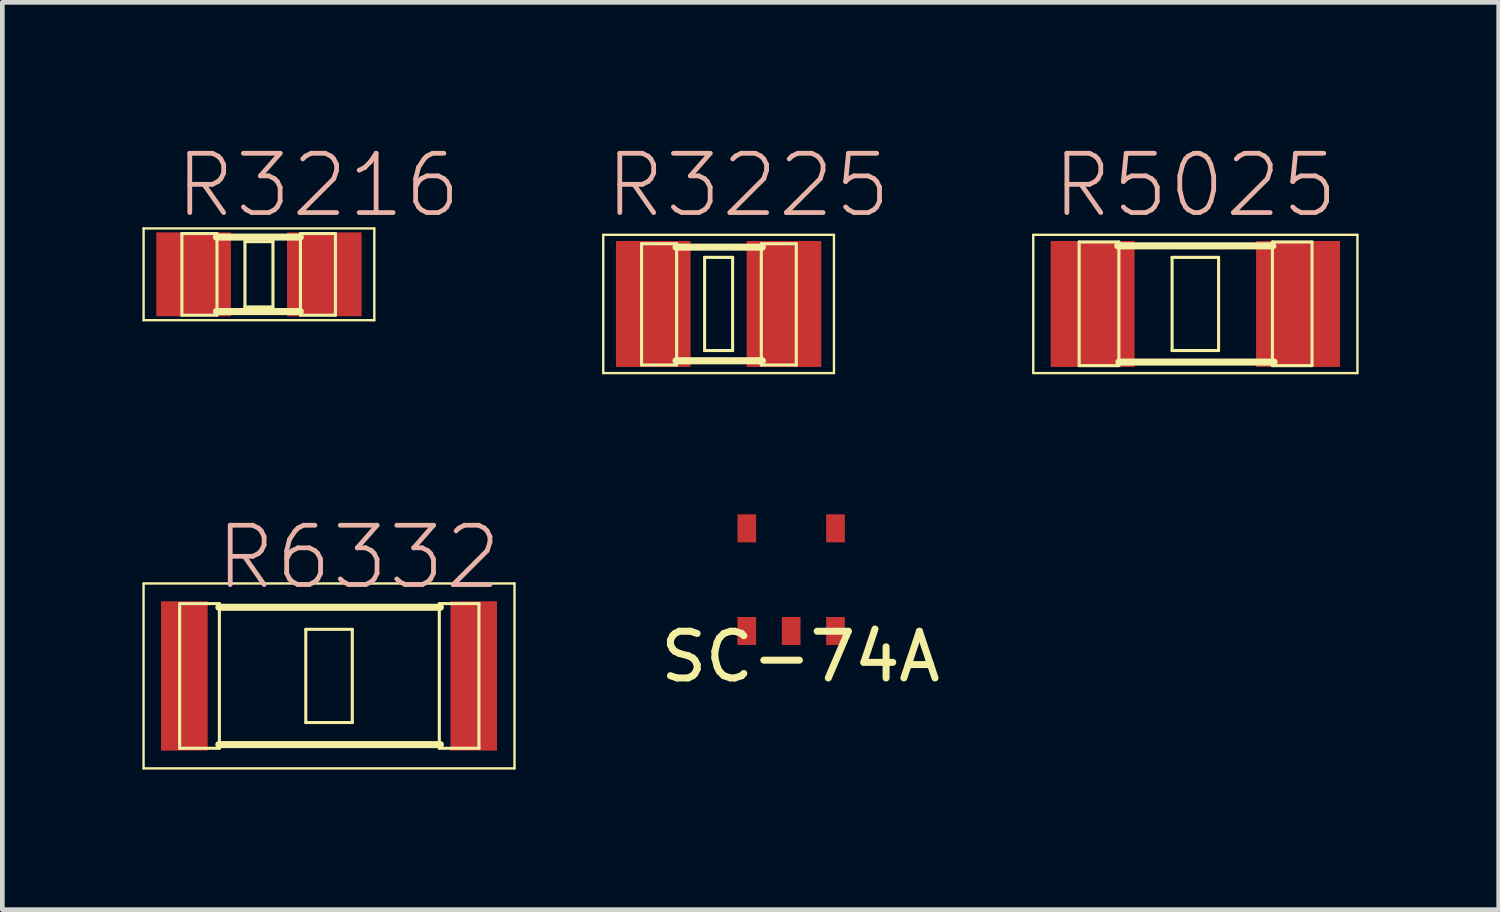
<source format=kicad_pcb>
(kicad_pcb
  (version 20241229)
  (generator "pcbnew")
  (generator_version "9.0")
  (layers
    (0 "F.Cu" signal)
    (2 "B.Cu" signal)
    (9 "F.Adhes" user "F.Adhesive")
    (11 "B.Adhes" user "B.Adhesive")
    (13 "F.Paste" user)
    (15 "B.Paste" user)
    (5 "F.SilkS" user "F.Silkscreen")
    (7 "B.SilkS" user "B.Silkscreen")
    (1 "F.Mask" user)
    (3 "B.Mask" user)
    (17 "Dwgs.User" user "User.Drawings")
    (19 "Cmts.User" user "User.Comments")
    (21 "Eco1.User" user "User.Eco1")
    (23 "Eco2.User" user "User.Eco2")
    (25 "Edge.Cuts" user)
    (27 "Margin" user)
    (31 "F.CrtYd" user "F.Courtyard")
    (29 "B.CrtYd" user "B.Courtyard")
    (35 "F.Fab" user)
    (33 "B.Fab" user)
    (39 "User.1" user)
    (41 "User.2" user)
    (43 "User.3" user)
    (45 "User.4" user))
  (footprint "R6332"
    (layer "F.Cu")
    (at 3.998 11.429)
    (property "Reference" "R6332" (at 0.635 -2.54 0) (layer "B.SilkS") (effects (font (size 1.27 1.27) (thickness 0.102))))
    (attr smd)
    (fp_line (start -3.973 -1.981) (end 3.973 -1.981) (stroke (width 0.051) (type solid)) (layer "F.SilkS"))
    (fp_line (start -3.973 1.981) (end -3.973 -1.981) (stroke (width 0.051) (type solid)) (layer "F.SilkS"))
    (fp_line (start -3.2 -1.549) (end -2.349 -1.549) (stroke (width 0.066) (type solid)) (layer "F.SilkS"))
    (fp_line (start -3.2 1.549) (end -3.2 -1.549) (stroke (width 0.066) (type solid)) (layer "F.SilkS"))
    (fp_line (start -3.2 1.549) (end -2.349 1.549) (stroke (width 0.066) (type solid)) (layer "F.SilkS"))
    (fp_line (start -2.36 -1.471) (end 2.385 -1.471) (stroke (width 0.152) (type solid)) (layer "F.SilkS"))
    (fp_line (start -2.36 1.471) (end 2.385 1.471) (stroke (width 0.152) (type solid)) (layer "F.SilkS"))
    (fp_line (start -2.349 1.549) (end -2.349 -1.549) (stroke (width 0.066) (type solid)) (layer "F.SilkS"))
    (fp_line (start -0.498 -0.998) (end 0.498 -0.998) (stroke (width 0.066) (type solid)) (layer "F.SilkS"))
    (fp_line (start -0.498 0.998) (end -0.498 -0.998) (stroke (width 0.066) (type solid)) (layer "F.SilkS"))
    (fp_line (start -0.498 0.998) (end 0.498 0.998) (stroke (width 0.066) (type solid)) (layer "F.SilkS"))
    (fp_line (start 0.498 0.998) (end 0.498 -0.998) (stroke (width 0.066) (type solid)) (layer "F.SilkS"))
    (fp_line (start 2.362 -1.549) (end 3.211 -1.549) (stroke (width 0.066) (type solid)) (layer "F.SilkS"))
    (fp_line (start 2.362 1.549) (end 2.362 -1.549) (stroke (width 0.066) (type solid)) (layer "F.SilkS"))
    (fp_line (start 2.362 1.549) (end 3.211 1.549) (stroke (width 0.066) (type solid)) (layer "F.SilkS"))
    (fp_line (start 3.211 1.549) (end 3.211 -1.549) (stroke (width 0.066) (type solid)) (layer "F.SilkS"))
    (fp_line (start 3.973 -1.981) (end 3.973 1.981) (stroke (width 0.051) (type solid)) (layer "F.SilkS"))
    (fp_line (start 3.973 1.981) (end -3.973 1.981) (stroke (width 0.051) (type solid)) (layer "F.SilkS"))
    (pad "1" smd rect (at -3.099 0) (size 0.998 3.198) (layers "F.Cu" "F.Mask" "F.Paste"))
    (pad "2" smd rect (at 3.099 0) (size 0.998 3.198) (layers "F.Cu" "F.Mask" "F.Paste")))
  (footprint "R5025"
    (layer "F.Cu")
    (at 22.555 3.461)
    (property "Reference" "R5025" (at 0 -2.54 0) (layer "B.SilkS") (effects (font (size 1.27 1.27) (thickness 0.102))))
    (attr smd)
    (fp_line (start -3.472 -1.481) (end 3.472 -1.481) (stroke (width 0.051) (type solid)) (layer "F.SilkS"))
    (fp_line (start -3.472 1.481) (end -3.472 -1.481) (stroke (width 0.051) (type solid)) (layer "F.SilkS"))
    (fp_line (start -2.489 -1.328) (end -1.638 -1.328) (stroke (width 0.066) (type solid)) (layer "F.SilkS"))
    (fp_line (start -2.489 1.321) (end -2.489 -1.328) (stroke (width 0.066) (type solid)) (layer "F.SilkS"))
    (fp_line (start -2.489 1.321) (end -1.638 1.321) (stroke (width 0.066) (type solid)) (layer "F.SilkS"))
    (fp_line (start -1.661 -1.245) (end 1.661 -1.245) (stroke (width 0.152) (type solid)) (layer "F.SilkS"))
    (fp_line (start -1.638 1.321) (end -1.638 -1.328) (stroke (width 0.066) (type solid)) (layer "F.SilkS"))
    (fp_line (start -1.636 1.245) (end 1.687 1.245) (stroke (width 0.152) (type solid)) (layer "F.SilkS"))
    (fp_line (start -0.498 -0.998) (end 0.498 -0.998) (stroke (width 0.066) (type solid)) (layer "F.SilkS"))
    (fp_line (start -0.498 0.998) (end -0.498 -0.998) (stroke (width 0.066) (type solid)) (layer "F.SilkS"))
    (fp_line (start -0.498 0.998) (end 0.498 0.998) (stroke (width 0.066) (type solid)) (layer "F.SilkS"))
    (fp_line (start 0.498 0.998) (end 0.498 -0.998) (stroke (width 0.066) (type solid)) (layer "F.SilkS"))
    (fp_line (start 1.651 -1.328) (end 2.499 -1.328) (stroke (width 0.066) (type solid)) (layer "F.SilkS"))
    (fp_line (start 1.651 1.321) (end 1.651 -1.328) (stroke (width 0.066) (type solid)) (layer "F.SilkS"))
    (fp_line (start 1.651 1.321) (end 2.499 1.321) (stroke (width 0.066) (type solid)) (layer "F.SilkS"))
    (fp_line (start 2.499 1.321) (end 2.499 -1.328) (stroke (width 0.066) (type solid)) (layer "F.SilkS"))
    (fp_line (start 3.472 -1.481) (end 3.472 1.481) (stroke (width 0.051) (type solid)) (layer "F.SilkS"))
    (fp_line (start 3.472 1.481) (end -3.472 1.481) (stroke (width 0.051) (type solid)) (layer "F.SilkS"))
    (pad "1" smd rect (at -2.2 0) (size 1.798 2.697) (layers "F.Cu" "F.Mask" "F.Paste"))
    (pad "2" smd rect (at 2.2 0) (size 1.798 2.697) (layers "F.Cu" "F.Mask" "F.Paste")))
  (footprint "R3216"
    (layer "F.Cu")
    (at 2.497 2.826)
    (property "Reference" "R3216" (at 1.27 -1.905 0) (layer "B.SilkS") (effects (font (size 1.27 1.27) (thickness 0.102))))
    (attr smd)
    (fp_line (start -2.471 -0.983) (end 2.471 -0.983) (stroke (width 0.051) (type solid)) (layer "F.SilkS"))
    (fp_line (start -2.471 0.983) (end -2.471 -0.983) (stroke (width 0.051) (type solid)) (layer "F.SilkS"))
    (fp_line (start -1.651 -0.874) (end -0.899 -0.874) (stroke (width 0.066) (type solid)) (layer "F.SilkS"))
    (fp_line (start -1.651 0.876) (end -1.651 -0.874) (stroke (width 0.066) (type solid)) (layer "F.SilkS"))
    (fp_line (start -1.651 0.876) (end -0.899 0.876) (stroke (width 0.066) (type solid)) (layer "F.SilkS"))
    (fp_line (start -0.912 -0.798) (end 0.886 -0.798) (stroke (width 0.152) (type solid)) (layer "F.SilkS"))
    (fp_line (start -0.912 0.798) (end 0.886 0.798) (stroke (width 0.152) (type solid)) (layer "F.SilkS"))
    (fp_line (start -0.899 0.876) (end -0.899 -0.874) (stroke (width 0.066) (type solid)) (layer "F.SilkS"))
    (fp_line (start -0.3 -0.699) (end 0.3 -0.699) (stroke (width 0.066) (type solid)) (layer "F.SilkS"))
    (fp_line (start -0.3 0.699) (end -0.3 -0.699) (stroke (width 0.066) (type solid)) (layer "F.SilkS"))
    (fp_line (start -0.3 0.699) (end 0.3 0.699) (stroke (width 0.066) (type solid)) (layer "F.SilkS"))
    (fp_line (start 0.3 0.699) (end 0.3 -0.699) (stroke (width 0.066) (type solid)) (layer "F.SilkS"))
    (fp_line (start 0.889 -0.874) (end 1.638 -0.874) (stroke (width 0.066) (type solid)) (layer "F.SilkS"))
    (fp_line (start 0.889 0.876) (end 0.889 -0.874) (stroke (width 0.066) (type solid)) (layer "F.SilkS"))
    (fp_line (start 0.889 0.876) (end 1.638 0.876) (stroke (width 0.066) (type solid)) (layer "F.SilkS"))
    (fp_line (start 1.638 0.876) (end 1.638 -0.874) (stroke (width 0.066) (type solid)) (layer "F.SilkS"))
    (fp_line (start 2.471 -0.983) (end 2.471 0.983) (stroke (width 0.051) (type solid)) (layer "F.SilkS"))
    (fp_line (start 2.471 0.983) (end -2.471 0.983) (stroke (width 0.051) (type solid)) (layer "F.SilkS"))
    (pad "1" smd rect (at -1.4 0) (size 1.598 1.798) (layers "F.Cu" "F.Mask" "F.Paste"))
    (pad "2" smd rect (at 1.4 0) (size 1.598 1.798) (layers "F.Cu" "F.Mask" "F.Paste")))
  (footprint "SC-74A"
    (layer "F.Cu")
    (at 13.897 9.367)
    (property "Reference" "SC-74A" (at 0.2 1.65 0) (layer "F.SilkS") (effects (font (size 1 1) (thickness 0.15))))
    (attr through_hole)
    (fp_line (start -1.45 -0.8) (end 1.45 -0.8) (stroke (width 0.15) (type solid)) (layer "Eco2.User"))
    (fp_line (start -1.45 0.8) (end -1.45 -0.8) (stroke (width 0.15) (type solid)) (layer "Eco2.User"))
    (fp_line (start 1.45 -0.8) (end 1.45 0.8) (stroke (width 0.15) (type solid)) (layer "Eco2.User"))
    (fp_line (start 1.45 0.8) (end -1.45 0.8) (stroke (width 0.15) (type solid)) (layer "Eco2.User"))
    (pad "1" smd rect (at -0.95 1.1) (size 0.4 0.6) (layers "F.Cu" "F.Mask" "F.Paste"))
    (pad "2" smd rect (at 0 1.1) (size 0.4 0.6) (layers "F.Cu" "F.Mask" "F.Paste"))
    (pad "3" smd rect (at 0.95 1.1) (size 0.4 0.6) (layers "F.Cu" "F.Mask" "F.Paste"))
    (pad "4" smd rect (at 0.95 -1.1) (size 0.4 0.6) (layers "F.Cu" "F.Mask" "F.Paste"))
    (pad "5" smd rect (at -0.95 -1.1) (size 0.4 0.6) (layers "F.Cu" "F.Mask" "F.Paste")))
  (footprint "R3225"
    (layer "F.Cu")
    (at 12.343 3.461)
    (property "Reference" "R3225" (at 0.635 -2.54 0) (layer "B.SilkS") (effects (font (size 1.27 1.27) (thickness 0.102))))
    (attr smd)
    (fp_line (start -2.471 -1.481) (end 2.471 -1.481) (stroke (width 0.051) (type solid)) (layer "F.SilkS"))
    (fp_line (start -2.471 1.481) (end -2.471 -1.481) (stroke (width 0.051) (type solid)) (layer "F.SilkS"))
    (fp_line (start -1.651 -1.29) (end -0.899 -1.29) (stroke (width 0.066) (type solid)) (layer "F.SilkS"))
    (fp_line (start -1.651 1.308) (end -1.651 -1.29) (stroke (width 0.066) (type solid)) (layer "F.SilkS"))
    (fp_line (start -1.651 1.308) (end -0.899 1.308) (stroke (width 0.066) (type solid)) (layer "F.SilkS"))
    (fp_line (start -0.912 -1.217) (end 0.937 -1.217) (stroke (width 0.152) (type solid)) (layer "F.SilkS"))
    (fp_line (start -0.912 1.217) (end 0.937 1.217) (stroke (width 0.152) (type solid)) (layer "F.SilkS"))
    (fp_line (start -0.899 1.308) (end -0.899 -1.29) (stroke (width 0.066) (type solid)) (layer "F.SilkS"))
    (fp_line (start -0.3 -0.998) (end 0.3 -0.998) (stroke (width 0.066) (type solid)) (layer "F.SilkS"))
    (fp_line (start -0.3 0.998) (end -0.3 -0.998) (stroke (width 0.066) (type solid)) (layer "F.SilkS"))
    (fp_line (start -0.3 0.998) (end 0.3 0.998) (stroke (width 0.066) (type solid)) (layer "F.SilkS"))
    (fp_line (start 0.3 0.998) (end 0.3 -0.998) (stroke (width 0.066) (type solid)) (layer "F.SilkS"))
    (fp_line (start 0.914 -1.29) (end 1.664 -1.29) (stroke (width 0.066) (type solid)) (layer "F.SilkS"))
    (fp_line (start 0.914 1.308) (end 0.914 -1.29) (stroke (width 0.066) (type solid)) (layer "F.SilkS"))
    (fp_line (start 0.914 1.308) (end 1.664 1.308) (stroke (width 0.066) (type solid)) (layer "F.SilkS"))
    (fp_line (start 1.664 1.308) (end 1.664 -1.29) (stroke (width 0.066) (type solid)) (layer "F.SilkS"))
    (fp_line (start 2.471 -1.481) (end 2.471 1.481) (stroke (width 0.051) (type solid)) (layer "F.SilkS"))
    (fp_line (start 2.471 1.481) (end -2.471 1.481) (stroke (width 0.051) (type solid)) (layer "F.SilkS"))
    (pad "1" smd rect (at -1.4 0) (size 1.598 2.697) (layers "F.Cu" "F.Mask" "F.Paste"))
    (pad "2" smd rect (at 1.4 0) (size 1.598 2.697) (layers "F.Cu" "F.Mask" "F.Paste")))
  (gr_rect
    (start -3 -3)
    (end 29.053 16.435)
    (stroke (width 0.1) (type default))
    (fill no)
    (layer "Edge.Cuts")))
</source>
